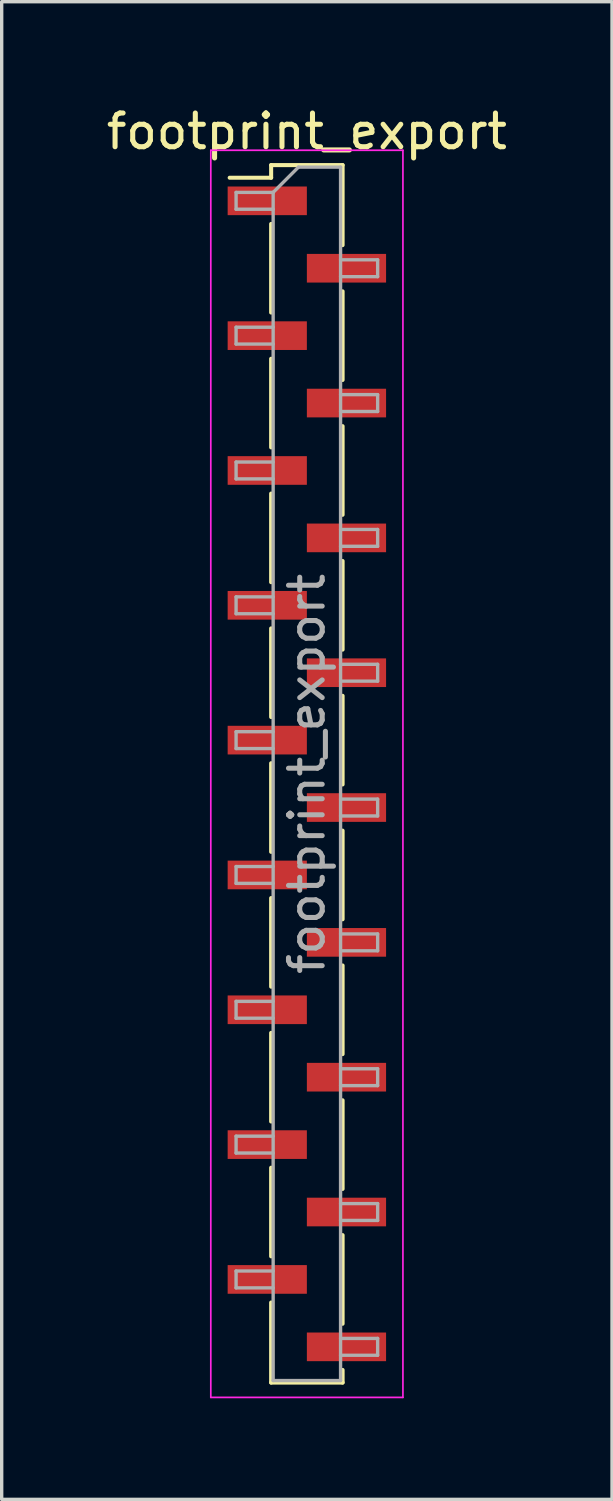
<source format=kicad_pcb>
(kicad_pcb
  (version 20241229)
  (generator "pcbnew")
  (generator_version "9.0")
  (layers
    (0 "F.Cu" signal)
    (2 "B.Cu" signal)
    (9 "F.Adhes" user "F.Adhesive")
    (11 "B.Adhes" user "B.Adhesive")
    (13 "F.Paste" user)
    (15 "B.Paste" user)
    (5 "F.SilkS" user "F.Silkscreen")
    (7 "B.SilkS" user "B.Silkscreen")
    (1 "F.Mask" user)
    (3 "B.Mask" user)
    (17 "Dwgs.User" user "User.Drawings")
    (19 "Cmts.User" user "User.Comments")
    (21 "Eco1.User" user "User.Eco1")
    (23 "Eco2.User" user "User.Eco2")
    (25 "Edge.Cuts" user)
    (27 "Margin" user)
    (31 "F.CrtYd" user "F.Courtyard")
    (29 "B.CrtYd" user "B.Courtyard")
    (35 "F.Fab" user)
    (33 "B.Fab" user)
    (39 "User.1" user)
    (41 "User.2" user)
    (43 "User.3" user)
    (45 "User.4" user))
  (footprint "footprint_export"
    (layer "F.Cu")
    (at 6.054 19.908)
    (property "Reference" "footprint_export" (at 0 -19.06 0) (layer "F.SilkS") (effects (font (size 1 1) (thickness 0.15))))
    (attr smd)
    (fp_line (start -1.06 -18.06) (end -1.06 -17.685) (stroke (width 0.12) (type solid)) (layer "F.SilkS"))
    (fp_line (start -1.06 -18.06) (end 1.06 -18.06) (stroke (width 0.12) (type solid)) (layer "F.SilkS"))
    (fp_line (start -1.06 -17.685) (end -2.29 -17.685) (stroke (width 0.12) (type solid)) (layer "F.SilkS"))
    (fp_line (start -1.06 -16.315) (end -1.06 -13.685) (stroke (width 0.12) (type solid)) (layer "F.SilkS"))
    (fp_line (start -1.06 -12.315) (end -1.06 -9.685) (stroke (width 0.12) (type solid)) (layer "F.SilkS"))
    (fp_line (start -1.06 -8.315) (end -1.06 -5.685) (stroke (width 0.12) (type solid)) (layer "F.SilkS"))
    (fp_line (start -1.06 -4.315) (end -1.06 -1.685) (stroke (width 0.12) (type solid)) (layer "F.SilkS"))
    (fp_line (start -1.06 -0.315) (end -1.06 2.315) (stroke (width 0.12) (type solid)) (layer "F.SilkS"))
    (fp_line (start -1.06 3.685) (end -1.06 6.315) (stroke (width 0.12) (type solid)) (layer "F.SilkS"))
    (fp_line (start -1.06 7.685) (end -1.06 10.315) (stroke (width 0.12) (type solid)) (layer "F.SilkS"))
    (fp_line (start -1.06 11.685) (end -1.06 14.315) (stroke (width 0.12) (type solid)) (layer "F.SilkS"))
    (fp_line (start -1.06 15.685) (end -1.06 18.06) (stroke (width 0.12) (type solid)) (layer "F.SilkS"))
    (fp_line (start -1.06 18.06) (end 1.06 18.06) (stroke (width 0.12) (type solid)) (layer "F.SilkS"))
    (fp_line (start 1.06 -18.06) (end 1.06 -15.685) (stroke (width 0.12) (type solid)) (layer "F.SilkS"))
    (fp_line (start 1.06 -14.315) (end 1.06 -11.685) (stroke (width 0.12) (type solid)) (layer "F.SilkS"))
    (fp_line (start 1.06 -10.315) (end 1.06 -7.685) (stroke (width 0.12) (type solid)) (layer "F.SilkS"))
    (fp_line (start 1.06 -6.315) (end 1.06 -3.685) (stroke (width 0.12) (type solid)) (layer "F.SilkS"))
    (fp_line (start 1.06 -2.315) (end 1.06 0.315) (stroke (width 0.12) (type solid)) (layer "F.SilkS"))
    (fp_line (start 1.06 1.685) (end 1.06 4.315) (stroke (width 0.12) (type solid)) (layer "F.SilkS"))
    (fp_line (start 1.06 5.685) (end 1.06 8.315) (stroke (width 0.12) (type solid)) (layer "F.SilkS"))
    (fp_line (start 1.06 9.685) (end 1.06 12.315) (stroke (width 0.12) (type solid)) (layer "F.SilkS"))
    (fp_line (start 1.06 13.685) (end 1.06 16.315) (stroke (width 0.12) (type solid)) (layer "F.SilkS"))
    (fp_line (start 1.06 17.685) (end 1.06 18.06) (stroke (width 0.12) (type solid)) (layer "F.SilkS"))
    (fp_line (start -2.85 -18.5) (end -2.85 18.5) (stroke (width 0.05) (type solid)) (layer "F.CrtYd"))
    (fp_line (start -2.85 18.5) (end 2.85 18.5) (stroke (width 0.05) (type solid)) (layer "F.CrtYd"))
    (fp_line (start 2.85 -18.5) (end -2.85 -18.5) (stroke (width 0.05) (type solid)) (layer "F.CrtYd"))
    (fp_line (start 2.85 18.5) (end 2.85 -18.5) (stroke (width 0.05) (type solid)) (layer "F.CrtYd"))
    (fp_line (start -2.1 -17.25) (end -2.1 -16.75) (stroke (width 0.1) (type solid)) (layer "F.Fab"))
    (fp_line (start -2.1 -16.75) (end -1 -16.75) (stroke (width 0.1) (type solid)) (layer "F.Fab"))
    (fp_line (start -2.1 -13.25) (end -2.1 -12.75) (stroke (width 0.1) (type solid)) (layer "F.Fab"))
    (fp_line (start -2.1 -12.75) (end -1 -12.75) (stroke (width 0.1) (type solid)) (layer "F.Fab"))
    (fp_line (start -2.1 -9.25) (end -2.1 -8.75) (stroke (width 0.1) (type solid)) (layer "F.Fab"))
    (fp_line (start -2.1 -8.75) (end -1 -8.75) (stroke (width 0.1) (type solid)) (layer "F.Fab"))
    (fp_line (start -2.1 -5.25) (end -2.1 -4.75) (stroke (width 0.1) (type solid)) (layer "F.Fab"))
    (fp_line (start -2.1 -4.75) (end -1 -4.75) (stroke (width 0.1) (type solid)) (layer "F.Fab"))
    (fp_line (start -2.1 -1.25) (end -2.1 -0.75) (stroke (width 0.1) (type solid)) (layer "F.Fab"))
    (fp_line (start -2.1 -0.75) (end -1 -0.75) (stroke (width 0.1) (type solid)) (layer "F.Fab"))
    (fp_line (start -2.1 2.75) (end -2.1 3.25) (stroke (width 0.1) (type solid)) (layer "F.Fab"))
    (fp_line (start -2.1 3.25) (end -1 3.25) (stroke (width 0.1) (type solid)) (layer "F.Fab"))
    (fp_line (start -2.1 6.75) (end -2.1 7.25) (stroke (width 0.1) (type solid)) (layer "F.Fab"))
    (fp_line (start -2.1 7.25) (end -1 7.25) (stroke (width 0.1) (type solid)) (layer "F.Fab"))
    (fp_line (start -2.1 10.75) (end -2.1 11.25) (stroke (width 0.1) (type solid)) (layer "F.Fab"))
    (fp_line (start -2.1 11.25) (end -1 11.25) (stroke (width 0.1) (type solid)) (layer "F.Fab"))
    (fp_line (start -2.1 14.75) (end -2.1 15.25) (stroke (width 0.1) (type solid)) (layer "F.Fab"))
    (fp_line (start -2.1 15.25) (end -1 15.25) (stroke (width 0.1) (type solid)) (layer "F.Fab"))
    (fp_line (start -1 -17.25) (end -2.1 -17.25) (stroke (width 0.1) (type solid)) (layer "F.Fab"))
    (fp_line (start -1 -17.25) (end -0.25 -18) (stroke (width 0.1) (type solid)) (layer "F.Fab"))
    (fp_line (start -1 -13.25) (end -2.1 -13.25) (stroke (width 0.1) (type solid)) (layer "F.Fab"))
    (fp_line (start -1 -9.25) (end -2.1 -9.25) (stroke (width 0.1) (type solid)) (layer "F.Fab"))
    (fp_line (start -1 -5.25) (end -2.1 -5.25) (stroke (width 0.1) (type solid)) (layer "F.Fab"))
    (fp_line (start -1 -1.25) (end -2.1 -1.25) (stroke (width 0.1) (type solid)) (layer "F.Fab"))
    (fp_line (start -1 2.75) (end -2.1 2.75) (stroke (width 0.1) (type solid)) (layer "F.Fab"))
    (fp_line (start -1 6.75) (end -2.1 6.75) (stroke (width 0.1) (type solid)) (layer "F.Fab"))
    (fp_line (start -1 10.75) (end -2.1 10.75) (stroke (width 0.1) (type solid)) (layer "F.Fab"))
    (fp_line (start -1 14.75) (end -2.1 14.75) (stroke (width 0.1) (type solid)) (layer "F.Fab"))
    (fp_line (start -1 18) (end -1 -17.25) (stroke (width 0.1) (type solid)) (layer "F.Fab"))
    (fp_line (start -0.25 -18) (end 1 -18) (stroke (width 0.1) (type solid)) (layer "F.Fab"))
    (fp_line (start 1 -18) (end 1 18) (stroke (width 0.1) (type solid)) (layer "F.Fab"))
    (fp_line (start 1 -15.25) (end 2.1 -15.25) (stroke (width 0.1) (type solid)) (layer "F.Fab"))
    (fp_line (start 1 -11.25) (end 2.1 -11.25) (stroke (width 0.1) (type solid)) (layer "F.Fab"))
    (fp_line (start 1 -7.25) (end 2.1 -7.25) (stroke (width 0.1) (type solid)) (layer "F.Fab"))
    (fp_line (start 1 -3.25) (end 2.1 -3.25) (stroke (width 0.1) (type solid)) (layer "F.Fab"))
    (fp_line (start 1 0.75) (end 2.1 0.75) (stroke (width 0.1) (type solid)) (layer "F.Fab"))
    (fp_line (start 1 4.75) (end 2.1 4.75) (stroke (width 0.1) (type solid)) (layer "F.Fab"))
    (fp_line (start 1 8.75) (end 2.1 8.75) (stroke (width 0.1) (type solid)) (layer "F.Fab"))
    (fp_line (start 1 12.75) (end 2.1 12.75) (stroke (width 0.1) (type solid)) (layer "F.Fab"))
    (fp_line (start 1 16.75) (end 2.1 16.75) (stroke (width 0.1) (type solid)) (layer "F.Fab"))
    (fp_line (start 1 18) (end -1 18) (stroke (width 0.1) (type solid)) (layer "F.Fab"))
    (fp_line (start 2.1 -15.25) (end 2.1 -14.75) (stroke (width 0.1) (type solid)) (layer "F.Fab"))
    (fp_line (start 2.1 -14.75) (end 1 -14.75) (stroke (width 0.1) (type solid)) (layer "F.Fab"))
    (fp_line (start 2.1 -11.25) (end 2.1 -10.75) (stroke (width 0.1) (type solid)) (layer "F.Fab"))
    (fp_line (start 2.1 -10.75) (end 1 -10.75) (stroke (width 0.1) (type solid)) (layer "F.Fab"))
    (fp_line (start 2.1 -7.25) (end 2.1 -6.75) (stroke (width 0.1) (type solid)) (layer "F.Fab"))
    (fp_line (start 2.1 -6.75) (end 1 -6.75) (stroke (width 0.1) (type solid)) (layer "F.Fab"))
    (fp_line (start 2.1 -3.25) (end 2.1 -2.75) (stroke (width 0.1) (type solid)) (layer "F.Fab"))
    (fp_line (start 2.1 -2.75) (end 1 -2.75) (stroke (width 0.1) (type solid)) (layer "F.Fab"))
    (fp_line (start 2.1 0.75) (end 2.1 1.25) (stroke (width 0.1) (type solid)) (layer "F.Fab"))
    (fp_line (start 2.1 1.25) (end 1 1.25) (stroke (width 0.1) (type solid)) (layer "F.Fab"))
    (fp_line (start 2.1 4.75) (end 2.1 5.25) (stroke (width 0.1) (type solid)) (layer "F.Fab"))
    (fp_line (start 2.1 5.25) (end 1 5.25) (stroke (width 0.1) (type solid)) (layer "F.Fab"))
    (fp_line (start 2.1 8.75) (end 2.1 9.25) (stroke (width 0.1) (type solid)) (layer "F.Fab"))
    (fp_line (start 2.1 9.25) (end 1 9.25) (stroke (width 0.1) (type solid)) (layer "F.Fab"))
    (fp_line (start 2.1 12.75) (end 2.1 13.25) (stroke (width 0.1) (type solid)) (layer "F.Fab"))
    (fp_line (start 2.1 13.25) (end 1 13.25) (stroke (width 0.1) (type solid)) (layer "F.Fab"))
    (fp_line (start 2.1 16.75) (end 2.1 17.25) (stroke (width 0.1) (type solid)) (layer "F.Fab"))
    (fp_line (start 2.1 17.25) (end 1 17.25) (stroke (width 0.1) (type solid)) (layer "F.Fab"))
    (fp_text user "${REFERENCE}" (at 0 0 90) (layer "F.Fab") (effects (font (size 1 1) (thickness 0.15))))
    (pad "1" smd rect (at -1.175 -17) (size 2.35 0.85) (layers "F.Cu" "F.Mask" "F.Paste"))
    (pad "2" smd rect (at 1.175 -15) (size 2.35 0.85) (layers "F.Cu" "F.Mask" "F.Paste"))
    (pad "3" smd rect (at -1.175 -13) (size 2.35 0.85) (layers "F.Cu" "F.Mask" "F.Paste"))
    (pad "4" smd rect (at 1.175 -11) (size 2.35 0.85) (layers "F.Cu" "F.Mask" "F.Paste"))
    (pad "5" smd rect (at -1.175 -9) (size 2.35 0.85) (layers "F.Cu" "F.Mask" "F.Paste"))
    (pad "6" smd rect (at 1.175 -7) (size 2.35 0.85) (layers "F.Cu" "F.Mask" "F.Paste"))
    (pad "7" smd rect (at -1.175 -5) (size 2.35 0.85) (layers "F.Cu" "F.Mask" "F.Paste"))
    (pad "8" smd rect (at 1.175 -3) (size 2.35 0.85) (layers "F.Cu" "F.Mask" "F.Paste"))
    (pad "9" smd rect (at -1.175 -1) (size 2.35 0.85) (layers "F.Cu" "F.Mask" "F.Paste"))
    (pad "10" smd rect (at 1.175 1) (size 2.35 0.85) (layers "F.Cu" "F.Mask" "F.Paste"))
    (pad "11" smd rect (at -1.175 3) (size 2.35 0.85) (layers "F.Cu" "F.Mask" "F.Paste"))
    (pad "12" smd rect (at 1.175 5) (size 2.35 0.85) (layers "F.Cu" "F.Mask" "F.Paste"))
    (pad "13" smd rect (at -1.175 7) (size 2.35 0.85) (layers "F.Cu" "F.Mask" "F.Paste"))
    (pad "14" smd rect (at 1.175 9) (size 2.35 0.85) (layers "F.Cu" "F.Mask" "F.Paste"))
    (pad "15" smd rect (at -1.175 11) (size 2.35 0.85) (layers "F.Cu" "F.Mask" "F.Paste"))
    (pad "16" smd rect (at 1.175 13) (size 2.35 0.85) (layers "F.Cu" "F.Mask" "F.Paste"))
    (pad "17" smd rect (at -1.175 15) (size 2.35 0.85) (layers "F.Cu" "F.Mask" "F.Paste"))
    (pad "18" smd rect (at 1.175 17) (size 2.35 0.85) (layers "F.Cu" "F.Mask" "F.Paste")))
  (gr_rect
    (start -3 -3)
    (end 15.107 41.433)
    (stroke (width 0.1) (type default))
    (fill no)
    (layer "Edge.Cuts")))
</source>
